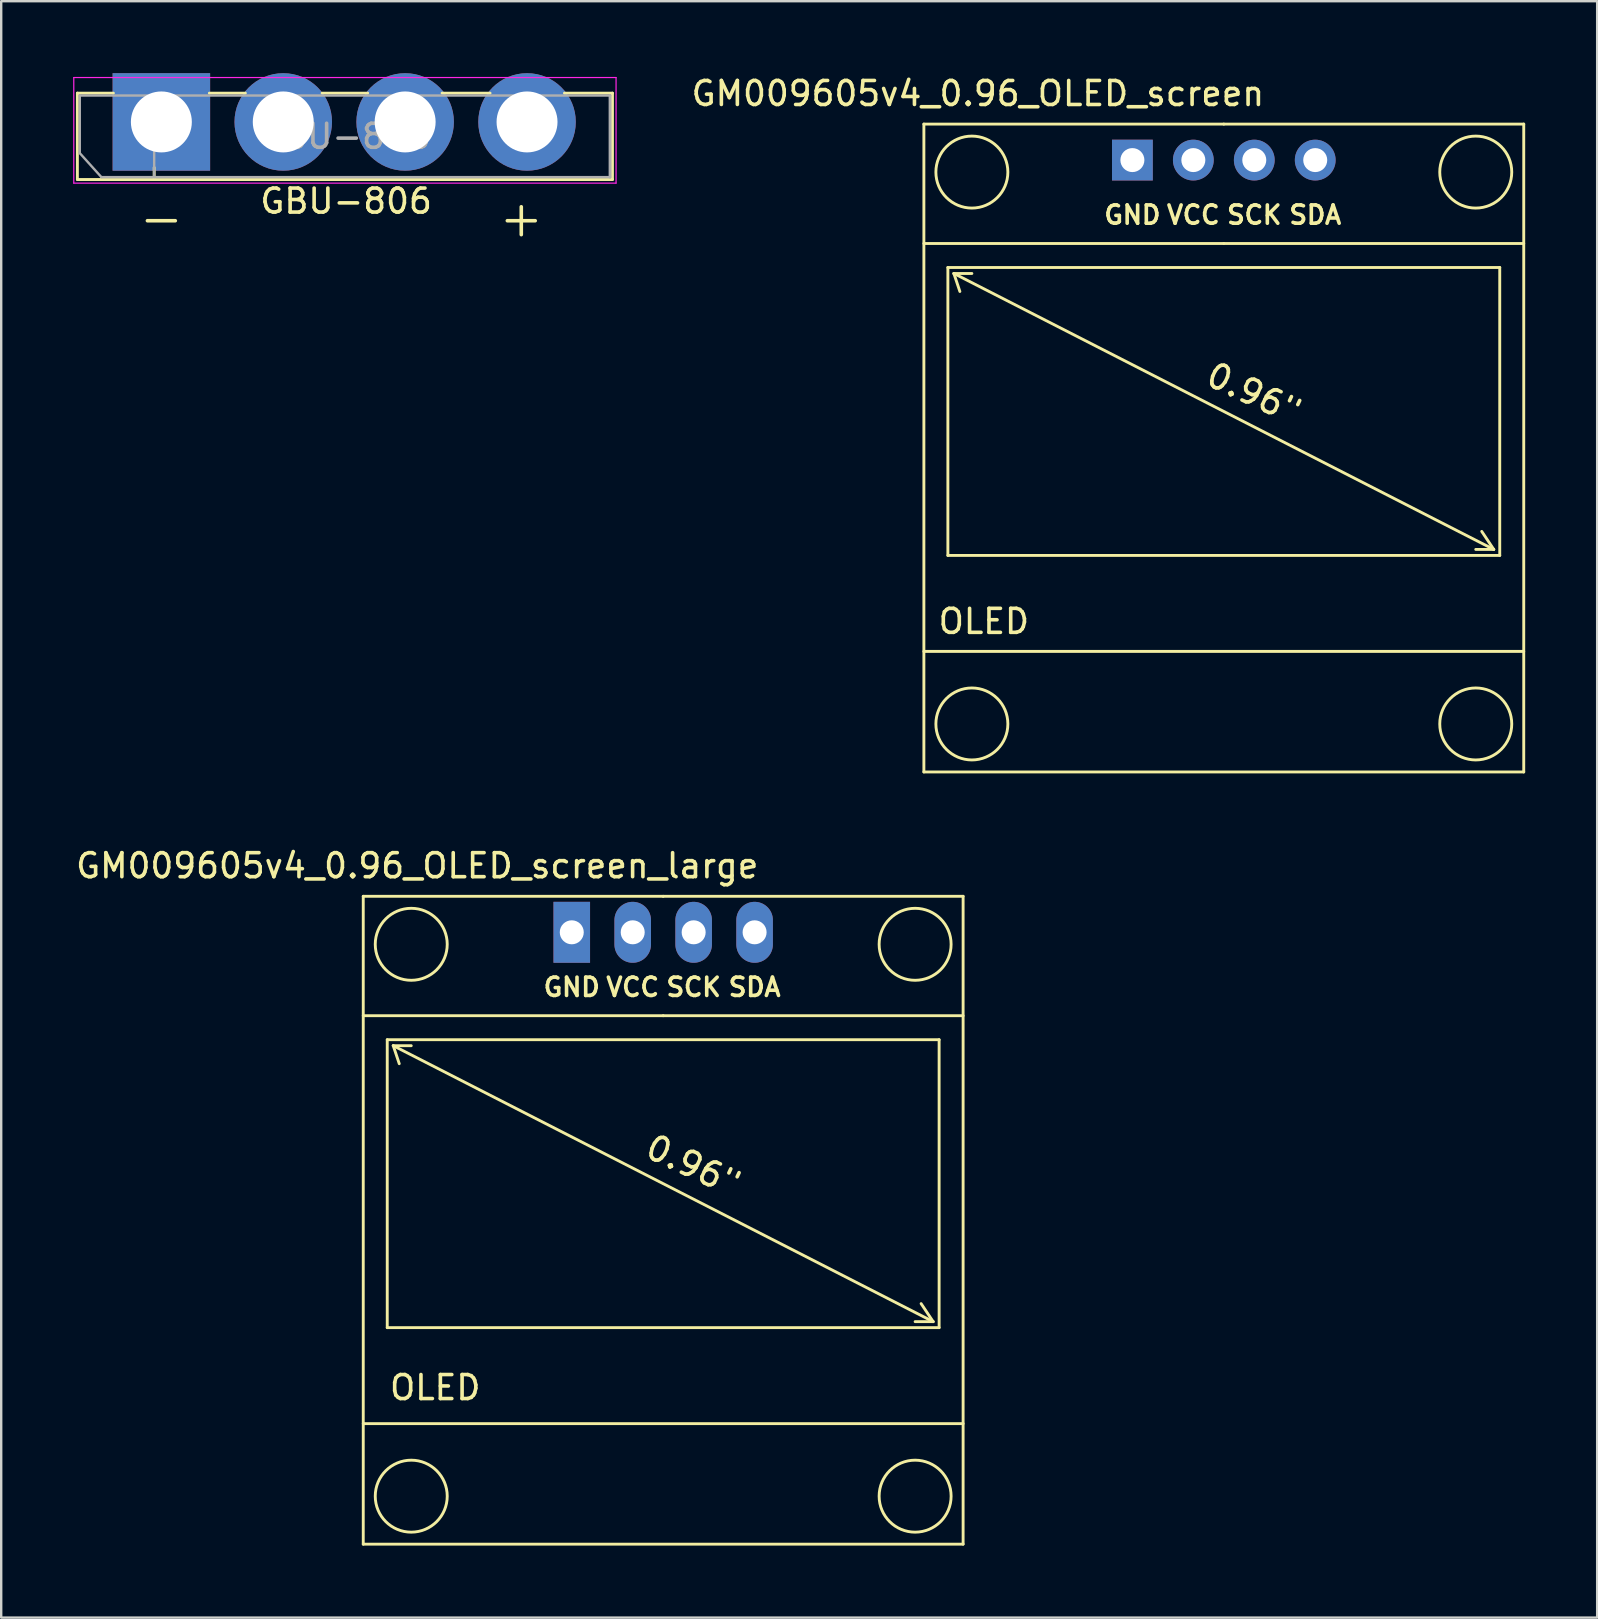
<source format=kicad_pcb>
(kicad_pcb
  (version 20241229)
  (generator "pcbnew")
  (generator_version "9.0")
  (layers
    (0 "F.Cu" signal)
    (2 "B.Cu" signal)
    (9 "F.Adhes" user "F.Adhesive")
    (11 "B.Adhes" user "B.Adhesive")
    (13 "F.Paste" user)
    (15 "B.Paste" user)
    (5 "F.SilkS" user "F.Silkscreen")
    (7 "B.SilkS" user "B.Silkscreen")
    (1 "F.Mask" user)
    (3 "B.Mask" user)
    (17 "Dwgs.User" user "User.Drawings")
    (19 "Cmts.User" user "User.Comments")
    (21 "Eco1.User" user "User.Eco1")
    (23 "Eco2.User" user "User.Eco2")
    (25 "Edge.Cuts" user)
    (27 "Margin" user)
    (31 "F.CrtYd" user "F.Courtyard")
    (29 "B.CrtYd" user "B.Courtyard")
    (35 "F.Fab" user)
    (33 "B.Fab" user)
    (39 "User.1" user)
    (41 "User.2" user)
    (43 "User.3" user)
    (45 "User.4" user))
  (footprint "GM009605v4_0.96_OLED_screen_large"
    (layer "F.Cu")
    (at 20.839 35.781)
    (property "Reference" "GM009605v4_0.96_OLED_screen_large" (at -6.5 -2.75 0) (layer "F.SilkS") (effects (font (size 1 1) (thickness 0.15))))
    (attr through_hole)
    (fp_line (start -8.75 -1.476) (end 3.75 -1.476) (stroke (width 0.12) (type solid)) (layer "F.SilkS"))
    (fp_line (start -8.75 20.5) (end 16.25 20.5) (stroke (width 0.12) (type solid)) (layer "F.SilkS"))
    (fp_line (start -8.75 25.524) (end -8.75 -1.476) (stroke (width 0.12) (type solid)) (layer "F.SilkS"))
    (fp_line (start -7.75 4.5) (end -7.75 16.5) (stroke (width 0.12) (type solid)) (layer "F.SilkS"))
    (fp_line (start -7.75 16.5) (end 15.25 16.5) (stroke (width 0.12) (type solid)) (layer "F.SilkS"))
    (fp_line (start -7.5 4.75) (end -7.25 5.5) (stroke (width 0.12) (type solid)) (layer "F.SilkS"))
    (fp_line (start -7.5 4.75) (end -6.75 4.75) (stroke (width 0.12) (type solid)) (layer "F.SilkS"))
    (fp_line (start -7.5 4.75) (end 15 16.25) (stroke (width 0.12) (type solid)) (layer "F.SilkS"))
    (fp_line (start 3.75 -1.476) (end 16.25 -1.476) (stroke (width 0.12) (type solid)) (layer "F.SilkS"))
    (fp_line (start 3.75 3.5) (end -8.75 3.5) (stroke (width 0.12) (type solid)) (layer "F.SilkS"))
    (fp_line (start 3.75 3.5) (end 16.25 3.5) (stroke (width 0.12) (type solid)) (layer "F.SilkS"))
    (fp_line (start 15 16.25) (end 14.25 16.25) (stroke (width 0.12) (type solid)) (layer "F.SilkS"))
    (fp_line (start 15 16.25) (end 14.5 15.5) (stroke (width 0.12) (type solid)) (layer "F.SilkS"))
    (fp_line (start 15.25 4.5) (end -7.75 4.5) (stroke (width 0.12) (type solid)) (layer "F.SilkS"))
    (fp_line (start 15.25 16.5) (end 15.25 4.5) (stroke (width 0.12) (type solid)) (layer "F.SilkS"))
    (fp_line (start 16.25 -1.476) (end 16.25 25.524) (stroke (width 0.12) (type solid)) (layer "F.SilkS"))
    (fp_line (start 16.25 25.524) (end -8.75 25.524) (stroke (width 0.12) (type solid)) (layer "F.SilkS"))
    (fp_circle (center -6.75 0.524) (end -5.25 0.524) (stroke (width 0.12) (type solid)) (fill no) (layer "F.SilkS"))
    (fp_circle (center -6.75 23.524) (end -5.25 23.524) (stroke (width 0.12) (type solid)) (fill no) (layer "F.SilkS"))
    (fp_circle (center 14.25 0.524) (end 15.75 0.524) (stroke (width 0.12) (type solid)) (fill no) (layer "F.SilkS"))
    (fp_circle (center 14.25 23.524) (end 15.75 23.524) (stroke (width 0.12) (type solid)) (fill no) (layer "F.SilkS"))
    (fp_text user "OLED" (at -5.75 19 0) (layer "F.SilkS") (effects (font (size 1 1) (thickness 0.15))))
    (fp_text user "0.96\"" (at 5 9.75 335) (layer "F.SilkS") (effects (font (size 1 1) (thickness 0.15))))
    (fp_text user "GND" (at -0.06 2.31 0) (layer "F.SilkS") (effects (font (size 0.762 0.762) (thickness 0.15))))
    (fp_text user "VCC" (at 2.48 2.31 0) (layer "F.SilkS") (effects (font (size 0.762 0.762) (thickness 0.15))))
    (fp_text user "SDA" (at 7.56 2.31 0) (layer "F.SilkS") (effects (font (size 0.762 0.762) (thickness 0.15))))
    (fp_text user "SCK" (at 5.02 2.31 0) (layer "F.SilkS") (effects (font (size 0.762 0.762) (thickness 0.15))))
    (pad "1" thru_hole rect (at -0.06 0.024) (size 1.524 2.54) (drill 1) (layers "*.Cu" "*.Mask"))
    (pad "2" thru_hole oval (at 2.48 0.024) (size 1.524 2.54) (drill 1) (layers "*.Cu" "*.Mask"))
    (pad "3" thru_hole oval (at 5.02 0.024) (size 1.524 2.54) (drill 1) (layers "*.Cu" "*.Mask"))
    (pad "4" thru_hole oval (at 7.56 0.024) (size 1.524 2.54) (drill 1) (layers "*.Cu" "*.Mask")))
  (footprint "GBU-806"
    (layer "F.Cu")
    (at 3.675 2.032)
    (property "Reference" "GBU-806" (at 7.7 3.3 180) (layer "F.SilkS") (effects (font (size 1 1) (thickness 0.15))))
    (attr through_hole)
    (fp_line (start -3.5 -1.2) (end -2 -1.2) (stroke (width 0.12) (type solid)) (layer "F.SilkS"))
    (fp_line (start -3.5 2.4) (end -3.5 -1.2) (stroke (width 0.12) (type solid)) (layer "F.SilkS"))
    (fp_line (start -0.3 2.4) (end -0.3 1.9) (stroke (width 0.12) (type solid)) (layer "F.SilkS"))
    (fp_line (start 2 -1.2) (end 3.5 -1.2) (stroke (width 0.12) (type solid)) (layer "F.SilkS"))
    (fp_line (start 6.7 -1.2) (end 8.6 -1.2) (stroke (width 0.12) (type solid)) (layer "F.SilkS"))
    (fp_line (start 11.7 -1.2) (end 13.7 -1.2) (stroke (width 0.12) (type solid)) (layer "F.SilkS"))
    (fp_line (start 16.8 -1.2) (end 18.8 -1.2) (stroke (width 0.12) (type solid)) (layer "F.SilkS"))
    (fp_line (start 18.8 -1.2) (end 18.8 2.4) (stroke (width 0.12) (type solid)) (layer "F.SilkS"))
    (fp_line (start 18.8 2.4) (end -3.5 2.4) (stroke (width 0.12) (type solid)) (layer "F.SilkS"))
    (fp_line (start -3.65 2.55) (end -3.65 -1.85) (stroke (width 0.05) (type solid)) (layer "F.CrtYd"))
    (fp_line (start -3.65 2.55) (end 18.95 2.55) (stroke (width 0.05) (type solid)) (layer "F.CrtYd"))
    (fp_line (start 18.95 -1.85) (end -3.65 -1.85) (stroke (width 0.05) (type solid)) (layer "F.CrtYd"))
    (fp_line (start 18.95 -1.85) (end 18.95 2.55) (stroke (width 0.05) (type solid)) (layer "F.CrtYd"))
    (fp_line (start -3.4 -1.1) (end 18.7 -1.1) (stroke (width 0.1) (type solid)) (layer "F.Fab"))
    (fp_line (start -3.4 1.3) (end -3.4 -1.1) (stroke (width 0.1) (type solid)) (layer "F.Fab"))
    (fp_line (start -2.5 2.3) (end -3.4 1.3) (stroke (width 0.1) (type solid)) (layer "F.Fab"))
    (fp_line (start -0.3 2.3) (end -0.3 -1.1) (stroke (width 0.1) (type solid)) (layer "F.Fab"))
    (fp_line (start 18.7 -1.1) (end 18.7 2.3) (stroke (width 0.12) (type solid)) (layer "F.Fab"))
    (fp_line (start 18.7 2.3) (end -2.5 2.3) (stroke (width 0.1) (type solid)) (layer "F.Fab"))
    (fp_text user "+" (at 15 4 0) (layer "F.SilkS") (effects (font (size 1.524 1.524) (thickness 0.15))))
    (fp_text user "-" (at 0 4 0) (layer "F.SilkS") (effects (font (size 1.524 1.524) (thickness 0.15))))
    (fp_text user "${REFERENCE}" (at 7.65 0.6 180) (layer "F.Fab") (effects (font (size 1 1) (thickness 0.15))))
    (pad "1" thru_hole rect (at 0 0) (size 4.064 4.064) (drill 2.54) (layers "*.Cu" "*.Mask"))
    (pad "2" thru_hole oval (at 5.08 0) (size 4.064 4.064) (drill 2.54) (layers "*.Cu" "*.Mask"))
    (pad "3" thru_hole oval (at 10.16 0) (size 4.064 4.064) (drill 2.54) (layers "*.Cu" "*.Mask"))
    (pad "4" thru_hole oval (at 15.24 0) (size 4.064 4.064) (drill 2.54) (layers "*.Cu" "*.Mask")))
  (footprint "GM009605v4_0.96_OLED_screen"
    (layer "F.Cu")
    (at 44.204 3.598)
    (property "Reference" "GM009605v4_0.96_OLED_screen" (at -6.5 -2.75 0) (layer "F.SilkS") (effects (font (size 1 1) (thickness 0.15))))
    (attr through_hole)
    (fp_line (start -8.75 -1.476) (end 3.75 -1.476) (stroke (width 0.12) (type solid)) (layer "F.SilkS"))
    (fp_line (start -8.75 20.5) (end 16.25 20.5) (stroke (width 0.12) (type solid)) (layer "F.SilkS"))
    (fp_line (start -8.75 25.524) (end -8.75 -1.476) (stroke (width 0.12) (type solid)) (layer "F.SilkS"))
    (fp_line (start -7.75 4.5) (end -7.75 16.5) (stroke (width 0.12) (type solid)) (layer "F.SilkS"))
    (fp_line (start -7.75 16.5) (end 15.25 16.5) (stroke (width 0.12) (type solid)) (layer "F.SilkS"))
    (fp_line (start -7.5 4.75) (end -7.25 5.5) (stroke (width 0.12) (type solid)) (layer "F.SilkS"))
    (fp_line (start -7.5 4.75) (end -6.75 4.75) (stroke (width 0.12) (type solid)) (layer "F.SilkS"))
    (fp_line (start -7.5 4.75) (end 15 16.25) (stroke (width 0.12) (type solid)) (layer "F.SilkS"))
    (fp_line (start 3.75 -1.476) (end 16.25 -1.476) (stroke (width 0.12) (type solid)) (layer "F.SilkS"))
    (fp_line (start 3.75 3.5) (end -8.75 3.5) (stroke (width 0.12) (type solid)) (layer "F.SilkS"))
    (fp_line (start 3.75 3.5) (end 16.25 3.5) (stroke (width 0.12) (type solid)) (layer "F.SilkS"))
    (fp_line (start 15 16.25) (end 14.25 16.25) (stroke (width 0.12) (type solid)) (layer "F.SilkS"))
    (fp_line (start 15 16.25) (end 14.5 15.5) (stroke (width 0.12) (type solid)) (layer "F.SilkS"))
    (fp_line (start 15.25 4.5) (end -7.75 4.5) (stroke (width 0.12) (type solid)) (layer "F.SilkS"))
    (fp_line (start 15.25 16.5) (end 15.25 4.5) (stroke (width 0.12) (type solid)) (layer "F.SilkS"))
    (fp_line (start 16.25 -1.476) (end 16.25 25.524) (stroke (width 0.12) (type solid)) (layer "F.SilkS"))
    (fp_line (start 16.25 25.524) (end -8.75 25.524) (stroke (width 0.12) (type solid)) (layer "F.SilkS"))
    (fp_circle (center -6.75 0.524) (end -5.25 0.524) (stroke (width 0.12) (type solid)) (fill no) (layer "F.SilkS"))
    (fp_circle (center -6.75 23.524) (end -5.25 23.524) (stroke (width 0.12) (type solid)) (fill no) (layer "F.SilkS"))
    (fp_circle (center 14.25 0.524) (end 15.75 0.524) (stroke (width 0.12) (type solid)) (fill no) (layer "F.SilkS"))
    (fp_circle (center 14.25 23.524) (end 15.75 23.524) (stroke (width 0.12) (type solid)) (fill no) (layer "F.SilkS"))
    (fp_text user "SDA" (at 7.56 2.31 0) (layer "F.SilkS") (effects (font (size 0.762 0.762) (thickness 0.15))))
    (fp_text user "GND" (at -0.06 2.31 0) (layer "F.SilkS") (effects (font (size 0.762 0.762) (thickness 0.15))))
    (fp_text user "0.96\"" (at 5 9.75 335) (layer "F.SilkS") (effects (font (size 1 1) (thickness 0.15))))
    (fp_text user "SCK" (at 5.02 2.31 0) (layer "F.SilkS") (effects (font (size 0.762 0.762) (thickness 0.15))))
    (fp_text user "OLED" (at -6.25 19.25 0) (layer "F.SilkS") (effects (font (size 1 1) (thickness 0.15))))
    (fp_text user "VCC" (at 2.48 2.31 0) (layer "F.SilkS") (effects (font (size 0.762 0.762) (thickness 0.15))))
    (pad "1" thru_hole rect (at -0.06 0.024) (size 1.7 1.7) (drill 1) (layers "*.Cu" "*.Mask"))
    (pad "2" thru_hole oval (at 2.48 0.024) (size 1.7 1.7) (drill 1) (layers "*.Cu" "*.Mask"))
    (pad "3" thru_hole oval (at 5.02 0.024) (size 1.7 1.7) (drill 1) (layers "*.Cu" "*.Mask"))
    (pad "4" thru_hole oval (at 7.56 0.024) (size 1.7 1.7) (drill 1) (layers "*.Cu" "*.Mask")))
  (gr_rect
    (start -3 -3)
    (end 63.514 64.365)
    (stroke (width 0.1) (type default))
    (fill no)
    (layer "Edge.Cuts")))
</source>
